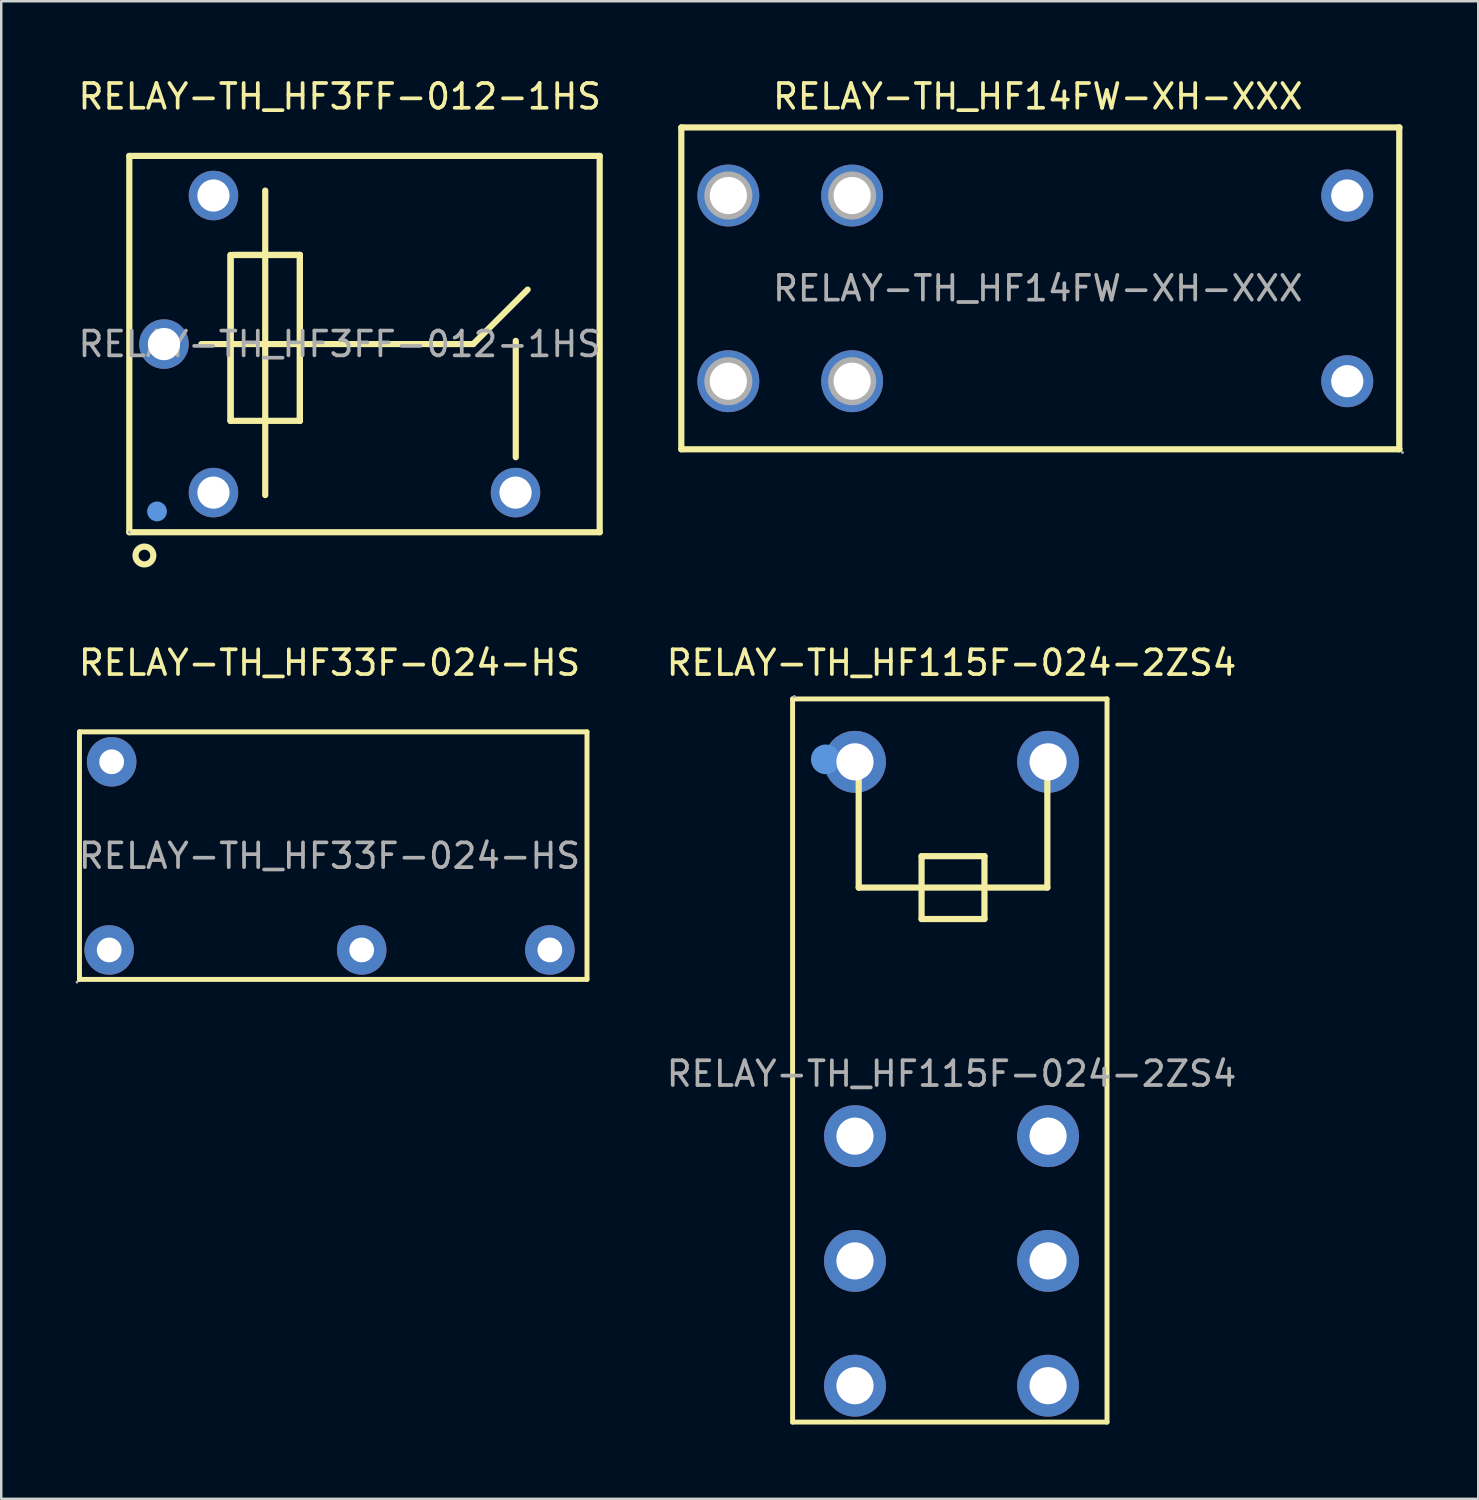
<source format=kicad_pcb>
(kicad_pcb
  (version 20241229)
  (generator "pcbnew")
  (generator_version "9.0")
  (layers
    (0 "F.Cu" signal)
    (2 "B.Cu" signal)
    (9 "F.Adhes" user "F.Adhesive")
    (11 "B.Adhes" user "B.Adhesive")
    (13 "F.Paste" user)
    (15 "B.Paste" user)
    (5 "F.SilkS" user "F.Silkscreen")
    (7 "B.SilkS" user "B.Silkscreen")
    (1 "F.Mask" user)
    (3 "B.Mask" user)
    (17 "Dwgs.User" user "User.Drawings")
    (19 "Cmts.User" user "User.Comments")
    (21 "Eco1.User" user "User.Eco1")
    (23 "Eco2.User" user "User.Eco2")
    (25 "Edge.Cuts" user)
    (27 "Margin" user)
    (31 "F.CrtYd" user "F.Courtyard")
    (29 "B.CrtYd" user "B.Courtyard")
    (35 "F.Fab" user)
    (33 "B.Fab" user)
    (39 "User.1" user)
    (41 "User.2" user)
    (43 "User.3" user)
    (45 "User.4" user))
  (footprint "RELAY-TH_HF115F-024-2ZS4"
    (layer "F.Cu")
    (at 35.385 40.322)
    (property "Reference" "RELAY-TH_HF115F-024-2ZS4" (at 0 -16.6 0) (layer "F.SilkS") (effects (font (size 1 1) (thickness 0.15))))
    (attr through_hole)
    (fp_line (start -6.42 -15.14) (end -6.42 14.07) (stroke (width 0.2) (type solid)) (layer "F.SilkS"))
    (fp_line (start -6.42 14.07) (end 6.28 14.07) (stroke (width 0.2) (type solid)) (layer "F.SilkS"))
    (fp_line (start -3.75 -12.6) (end -3.75 -7.52) (stroke (width 0.25) (type solid)) (layer "F.SilkS"))
    (fp_line (start -3.75 -7.52) (end 3.87 -7.52) (stroke (width 0.25) (type solid)) (layer "F.SilkS"))
    (fp_line (start -1.21 -8.79) (end -1.21 -6.25) (stroke (width 0.25) (type solid)) (layer "F.SilkS"))
    (fp_line (start -1.21 -6.25) (end 1.33 -6.25) (stroke (width 0.25) (type solid)) (layer "F.SilkS"))
    (fp_line (start 1.33 -8.79) (end -1.21 -8.79) (stroke (width 0.25) (type solid)) (layer "F.SilkS"))
    (fp_line (start 1.33 -6.25) (end 1.33 -8.79) (stroke (width 0.25) (type solid)) (layer "F.SilkS"))
    (fp_line (start 3.87 -7.52) (end 3.87 -12.6) (stroke (width 0.25) (type solid)) (layer "F.SilkS"))
    (fp_line (start 6.28 -15.14) (end -6.42 -15.14) (stroke (width 0.2) (type solid)) (layer "F.SilkS"))
    (fp_line (start 6.28 14.07) (end 6.28 -15.14) (stroke (width 0.2) (type solid)) (layer "F.SilkS"))
    (fp_circle (center -5.08 -12.7) (end -4.78 -12.7) (stroke (width 0.6) (type solid)) (fill no) (layer "Cmts.User"))
    (fp_circle (center -6.35 -15.24) (end -6.32 -15.24) (stroke (width 0.06) (type solid)) (fill no) (layer "F.Fab"))
    (fp_circle (center -3.9 -12.6) (end -3.57 -12.6) (stroke (width 0.65) (type solid)) (fill no) (layer "F.Fab"))
    (fp_circle (center -3.9 2.52) (end -3.57 2.52) (stroke (width 0.65) (type solid)) (fill no) (layer "F.Fab"))
    (fp_circle (center -3.9 7.56) (end -3.57 7.56) (stroke (width 0.65) (type solid)) (fill no) (layer "F.Fab"))
    (fp_circle (center -3.9 12.6) (end -3.57 12.6) (stroke (width 0.65) (type solid)) (fill no) (layer "F.Fab"))
    (fp_circle (center 3.9 -12.6) (end 4.23 -12.6) (stroke (width 0.65) (type solid)) (fill no) (layer "F.Fab"))
    (fp_circle (center 3.9 2.52) (end 4.23 2.52) (stroke (width 0.65) (type solid)) (fill no) (layer "F.Fab"))
    (fp_circle (center 3.9 7.56) (end 4.23 7.56) (stroke (width 0.65) (type solid)) (fill no) (layer "F.Fab"))
    (fp_circle (center 3.9 12.6) (end 4.23 12.6) (stroke (width 0.65) (type solid)) (fill no) (layer "F.Fab"))
    (fp_text user "${REFERENCE}" (at 0 0 0) (layer "F.Fab") (effects (font (size 1 1) (thickness 0.15))))
    (pad "1" thru_hole circle (at -3.9 -12.6 270) (size 2.5 2.5) (drill 1.5) (layers "*.Cu" "*.Paste" "*.Mask"))
    (pad "2" thru_hole circle (at 3.9 -12.6 270) (size 2.5 2.5) (drill 1.5) (layers "*.Cu" "*.Paste" "*.Mask"))
    (pad "3" thru_hole circle (at -3.9 2.52 270) (size 2.5 2.5) (drill 1.5) (layers "*.Cu" "*.Paste" "*.Mask"))
    (pad "4" thru_hole circle (at 3.9 2.52 270) (size 2.5 2.5) (drill 1.5) (layers "*.Cu" "*.Paste" "*.Mask"))
    (pad "5" thru_hole circle (at -3.9 7.56 270) (size 2.5 2.5) (drill 1.5) (layers "*.Cu" "*.Paste" "*.Mask"))
    (pad "6" thru_hole circle (at 3.9 7.56 270) (size 2.5 2.5) (drill 1.5) (layers "*.Cu" "*.Paste" "*.Mask"))
    (pad "7" thru_hole circle (at -3.9 12.6 270) (size 2.5 2.5) (drill 1.5) (layers "*.Cu" "*.Paste" "*.Mask"))
    (pad "8" thru_hole circle (at 3.9 12.6 270) (size 2.5 2.5) (drill 1.5) (layers "*.Cu" "*.Paste" "*.Mask")))
  (footprint "RELAY-TH_HF33F-024-HS"
    (layer "F.Cu")
    (at 10.26 31.521)
    (property "Reference" "RELAY-TH_HF33F-024-HS" (at 0 -7.8 0) (layer "F.SilkS") (effects (font (size 1 1) (thickness 0.15))))
    (attr through_hole)
    (fp_line (start -10.1 -5.01) (end -10.1 4.99) (stroke (width 0.2) (type solid)) (layer "F.SilkS"))
    (fp_line (start -10.1 4.99) (end 10.4 4.99) (stroke (width 0.2) (type solid)) (layer "F.SilkS"))
    (fp_line (start 10.4 -5.01) (end -10.1 -5.01) (stroke (width 0.2) (type solid)) (layer "F.SilkS"))
    (fp_line (start 10.4 4.99) (end 10.4 -5.01) (stroke (width 0.2) (type solid)) (layer "F.SilkS"))
    (fp_circle (center -10.2 5.1) (end -10.17 5.1) (stroke (width 0.06) (type solid)) (fill no) (layer "F.Fab"))
    (fp_circle (center -8.9 3.8) (end -8.7 3.8) (stroke (width 0.4) (type solid)) (fill no) (layer "F.Fab"))
    (fp_circle (center -8.8 -3.8) (end -8.6 -3.8) (stroke (width 0.4) (type solid)) (fill no) (layer "F.Fab"))
    (fp_circle (center 1.3 3.8) (end 1.5 3.8) (stroke (width 0.4) (type solid)) (fill no) (layer "F.Fab"))
    (fp_circle (center 8.9 3.8) (end 9.1 3.8) (stroke (width 0.4) (type solid)) (fill no) (layer "F.Fab"))
    (fp_text user "${REFERENCE}" (at 0 0 0) (layer "F.Fab") (effects (font (size 1 1) (thickness 0.15))))
    (pad "1" thru_hole circle (at -8.9 3.8) (size 2 2) (drill 1) (layers "*.Cu" "*.Paste" "*.Mask"))
    (pad "2" thru_hole circle (at -8.8 -3.8) (size 2 2) (drill 1) (layers "*.Cu" "*.Paste" "*.Mask"))
    (pad "3" thru_hole circle (at 1.3 3.8) (size 2 2) (drill 1) (layers "*.Cu" "*.Paste" "*.Mask"))
    (pad "4" thru_hole circle (at 8.9 3.8) (size 2 2) (drill 1) (layers "*.Cu" "*.Paste" "*.Mask")))
  (footprint "RELAY-TH_HF3FF-012-1HS"
    (layer "F.Cu")
    (at 10.673 10.848)
    (property "Reference" "RELAY-TH_HF3FF-012-1HS" (at 0 -10 0) (layer "F.SilkS") (effects (font (size 1 1) (thickness 0.15))))
    (attr through_hole)
    (fp_line (start -8.5 7.6) (end -8.5 -7.6) (stroke (width 0.25) (type solid)) (layer "F.SilkS"))
    (fp_line (start -8.5 7.6) (end 10.5 7.6) (stroke (width 0.25) (type solid)) (layer "F.SilkS"))
    (fp_line (start -5.59 0) (end 5.39 0) (stroke (width 0.25) (type solid)) (layer "F.SilkS"))
    (fp_line (start -4.41 3.1) (end -4.41 -3.6) (stroke (width 0.25) (type solid)) (layer "F.SilkS"))
    (fp_line (start -4.41 3.1) (end -4.41 -3.6) (stroke (width 0.25) (type solid)) (layer "F.SilkS"))
    (fp_line (start -4.31 -3.6) (end -1.61 -3.6) (stroke (width 0.25) (type solid)) (layer "F.SilkS"))
    (fp_line (start -4.31 -3.6) (end -1.61 -3.6) (stroke (width 0.25) (type solid)) (layer "F.SilkS"))
    (fp_line (start -3.01 -6.2) (end -3.01 6.1) (stroke (width 0.25) (type solid)) (layer "F.SilkS"))
    (fp_line (start -1.61 -3.6) (end -1.61 3.1) (stroke (width 0.25) (type solid)) (layer "F.SilkS"))
    (fp_line (start -1.61 -3.6) (end -1.61 3.1) (stroke (width 0.25) (type solid)) (layer "F.SilkS"))
    (fp_line (start -1.61 3.1) (end -4.41 3.1) (stroke (width 0.25) (type solid)) (layer "F.SilkS"))
    (fp_line (start 5.39 0) (end 7.59 -2.2) (stroke (width 0.25) (type solid)) (layer "F.SilkS"))
    (fp_line (start 7.11 4.57) (end 7.11 -0.13) (stroke (width 0.25) (type solid)) (layer "F.SilkS"))
    (fp_line (start 10.5 -7.6) (end -8.5 -7.6) (stroke (width 0.25) (type solid)) (layer "F.SilkS"))
    (fp_line (start 10.5 -7.6) (end 10.5 7.6) (stroke (width 0.25) (type solid)) (layer "F.SilkS"))
    (fp_circle (center -7.89 8.54) (end -7.53 8.54) (stroke (width 0.25) (type solid)) (fill no) (layer "F.SilkS"))
    (fp_circle (center -7.38 6.76) (end -7.18 6.76) (stroke (width 0.4) (type solid)) (fill no) (layer "Cmts.User"))
    (fp_circle (center -8.5 7.6) (end -8.47 7.6) (stroke (width 0.06) (type solid)) (fill no) (layer "F.Fab"))
    (fp_text user "${REFERENCE}" (at 0 0 0) (layer "F.Fab") (effects (font (size 1 1) (thickness 0.15))))
    (pad "1" thru_hole circle (at -5.1 6) (size 2 2) (drill 1.3) (layers "*.Cu" "*.Paste" "*.Mask"))
    (pad "2" thru_hole circle (at -7.1 0) (size 2 2) (drill 1.3) (layers "*.Cu" "*.Paste" "*.Mask"))
    (pad "3" thru_hole circle (at 7.1 6) (size 2 2) (drill 1.3) (layers "*.Cu" "*.Paste" "*.Mask"))
    (pad "5" thru_hole circle (at -5.1 -6) (size 2 2) (drill 1.3) (layers "*.Cu" "*.Paste" "*.Mask")))
  (footprint "RELAY-TH_HF14FW-XH-XXX"
    (layer "F.Cu")
    (at 38.87 8.598)
    (property "Reference" "RELAY-TH_HF14FW-XH-XXX" (at 0 -7.75 0) (layer "F.SilkS") (effects (font (size 1 1) (thickness 0.15))))
    (attr through_hole)
    (fp_line (start -14.4 -6.5) (end -14.4 6.5) (stroke (width 0.25) (type solid)) (layer "F.SilkS"))
    (fp_line (start -14.4 -6.5) (end 14.61 -6.5) (stroke (width 0.25) (type solid)) (layer "F.SilkS"))
    (fp_line (start -14.4 6.5) (end 14.61 6.5) (stroke (width 0.25) (type solid)) (layer "F.SilkS"))
    (fp_line (start 14.6 -6.5) (end 14.6 6.5) (stroke (width 0.25) (type solid)) (layer "F.SilkS"))
    (fp_circle (center -12.5 -3.75) (end -12.18 -3.75) (stroke (width 0.65) (type solid)) (fill no) (layer "F.Fab"))
    (fp_circle (center -12.5 3.75) (end -12.18 3.75) (stroke (width 0.65) (type solid)) (fill no) (layer "F.Fab"))
    (fp_circle (center -7.5 -3.75) (end -7.18 -3.75) (stroke (width 0.65) (type solid)) (fill no) (layer "F.Fab"))
    (fp_circle (center -7.5 3.75) (end -7.18 3.75) (stroke (width 0.65) (type solid)) (fill no) (layer "F.Fab"))
    (fp_circle (center 12.5 -3.75) (end 12.78 -3.75) (stroke (width 0.55) (type solid)) (fill no) (layer "F.Fab"))
    (fp_circle (center 12.5 3.75) (end 12.78 3.75) (stroke (width 0.55) (type solid)) (fill no) (layer "F.Fab"))
    (fp_circle (center 14.73 6.63) (end 14.76 6.63) (stroke (width 0.06) (type solid)) (fill no) (layer "F.Fab"))
    (fp_text user "${REFERENCE}" (at 0 0 0) (layer "F.Fab") (effects (font (size 1 1) (thickness 0.15))))
    (pad "1" thru_hole circle (at 12.5 3.75 180) (size 2.1 2.1) (drill 1.3) (layers "*.Cu" "*.Paste" "*.Mask"))
    (pad "2" thru_hole circle (at 12.5 -3.75 180) (size 2.1 2.1) (drill 1.3) (layers "*.Cu" "*.Paste" "*.Mask"))
    (pad "5" thru_hole circle (at -7.5 3.75 180) (size 2.5 2.5) (drill 1.5) (layers "*.Cu" "*.Paste" "*.Mask"))
    (pad "6" thru_hole circle (at -7.5 -3.75 180) (size 2.5 2.5) (drill 1.5) (layers "*.Cu" "*.Paste" "*.Mask"))
    (pad "7" thru_hole circle (at -12.5 3.75 180) (size 2.5 2.5) (drill 1.5) (layers "*.Cu" "*.Paste" "*.Mask"))
    (pad "8" thru_hole circle (at -12.5 -3.75 180) (size 2.5 2.5) (drill 1.5) (layers "*.Cu" "*.Paste" "*.Mask")))
  (gr_rect
    (start -3 -3)
    (end 56.66 57.492)
    (stroke (width 0.1) (type default))
    (fill no)
    (layer "Edge.Cuts")))
</source>
